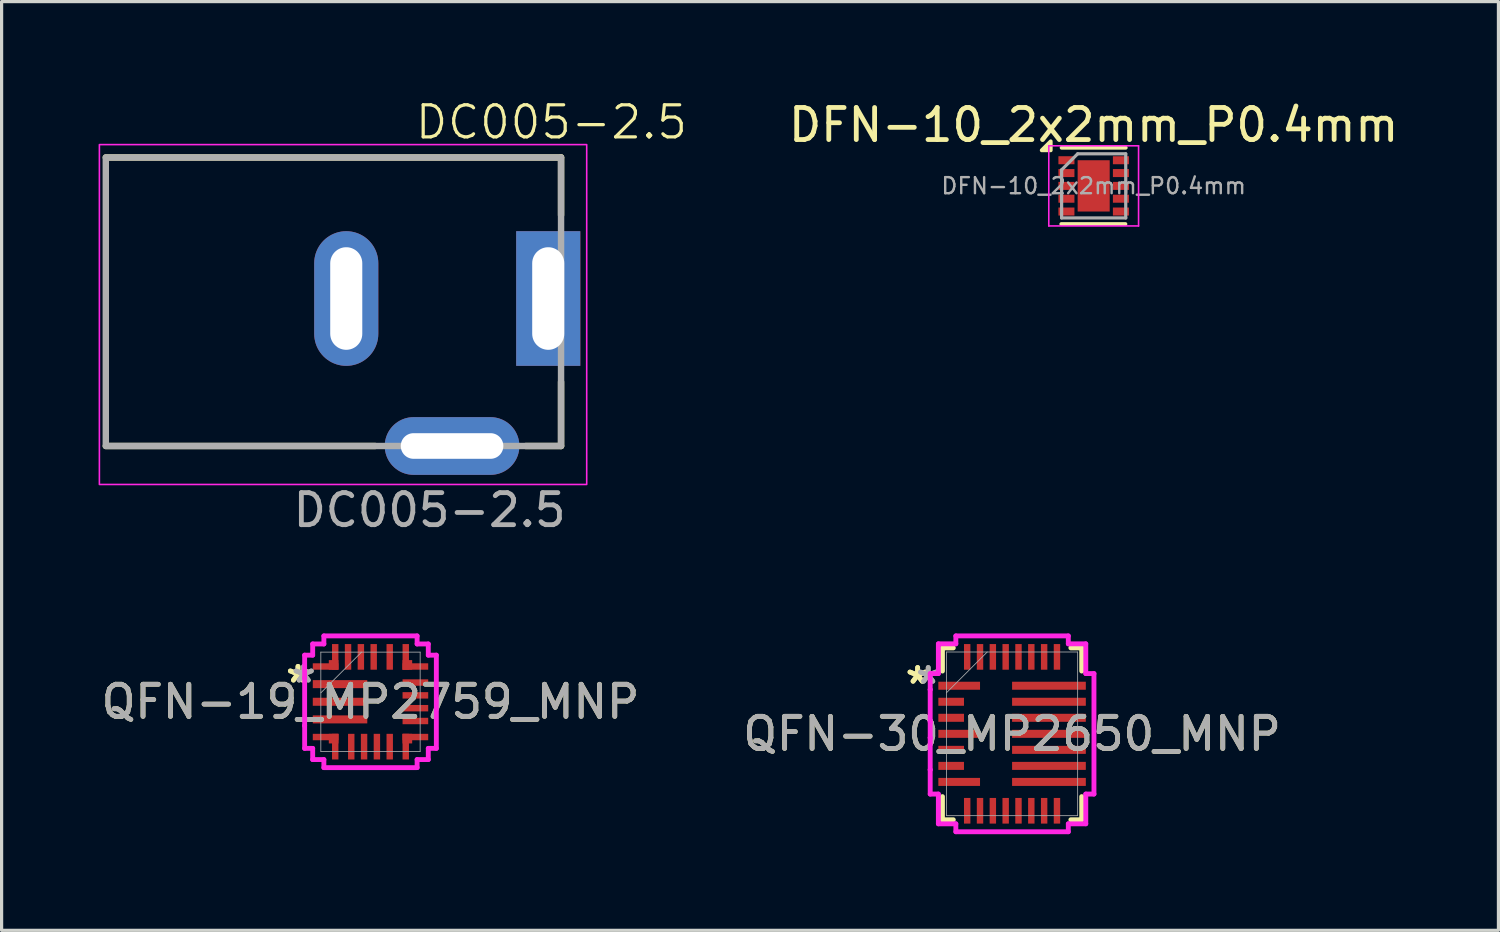
<source format=kicad_pcb>
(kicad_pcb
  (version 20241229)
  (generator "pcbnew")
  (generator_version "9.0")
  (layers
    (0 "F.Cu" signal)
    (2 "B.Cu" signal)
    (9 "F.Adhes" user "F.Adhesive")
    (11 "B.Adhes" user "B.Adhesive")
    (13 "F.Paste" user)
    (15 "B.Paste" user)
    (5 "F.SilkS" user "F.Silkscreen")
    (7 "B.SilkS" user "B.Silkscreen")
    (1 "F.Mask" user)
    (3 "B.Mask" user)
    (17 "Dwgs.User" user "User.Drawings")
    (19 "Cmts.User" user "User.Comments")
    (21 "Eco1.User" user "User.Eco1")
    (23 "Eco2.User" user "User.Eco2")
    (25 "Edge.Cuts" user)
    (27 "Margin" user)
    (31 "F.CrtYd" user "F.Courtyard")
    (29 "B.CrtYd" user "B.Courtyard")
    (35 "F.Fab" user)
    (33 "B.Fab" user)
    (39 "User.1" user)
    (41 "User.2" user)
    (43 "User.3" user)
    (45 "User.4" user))
  (footprint "DFN-10_2x2mm_P0.4mm"
    (layer "F.Cu")
    (at 31.063 2.748)
    (property "Reference" "DFN-10_2x2mm_P0.4mm" (at 0 -1.9 0) (layer "F.SilkS") (effects (font (size 1 1) (thickness 0.15))))
    (attr smd)
    (fp_line (start 0.99 1.19) (end -1.01 1.19) (stroke (width 0.12) (type solid)) (layer "F.SilkS"))
    (fp_line (start 1 -1.19) (end -1 -1.19) (stroke (width 0.12) (type solid)) (layer "F.SilkS"))
    (fp_poly (pts (xy -1.34 -1.11) (xy -1.62 -1.11) (xy -1.34 -1.39) (xy -1.34 -1.11)) (stroke (width 0.12) (type solid)) (fill yes) (layer "F.SilkS"))
    (fp_line (start -1.4 1.25) (end -1.4 -1.25) (stroke (width 0.05) (type solid)) (layer "F.CrtYd"))
    (fp_line (start -1.4 1.25) (end 1.4 1.25) (stroke (width 0.05) (type solid)) (layer "F.CrtYd"))
    (fp_line (start 1.4 -1.25) (end -1.4 -1.25) (stroke (width 0.05) (type solid)) (layer "F.CrtYd"))
    (fp_line (start 1.4 -1.25) (end 1.4 1.25) (stroke (width 0.05) (type solid)) (layer "F.CrtYd"))
    (fp_line (start -1 -0.5) (end -1 1) (stroke (width 0.1) (type solid)) (layer "F.Fab"))
    (fp_line (start -0.5 -1) (end -1 -0.5) (stroke (width 0.1) (type solid)) (layer "F.Fab"))
    (fp_line (start 1 -1) (end -0.5 -1) (stroke (width 0.1) (type solid)) (layer "F.Fab"))
    (fp_line (start 1 1) (end -1 1) (stroke (width 0.1) (type solid)) (layer "F.Fab"))
    (fp_line (start 1 1) (end 1 -1) (stroke (width 0.1) (type solid)) (layer "F.Fab"))
    (fp_text user "${REFERENCE}" (at 0 0 0) (layer "F.Fab") (effects (font (size 0.5 0.5) (thickness 0.075))))
    (pad "1" smd rect (at -0.85 -0.8) (size 0.5 0.25) (layers "F.Cu" "F.Mask" "F.Paste"))
    (pad "2" smd rect (at -0.85 -0.4) (size 0.5 0.25) (layers "F.Cu" "F.Mask" "F.Paste"))
    (pad "3" smd rect (at -0.85 0) (size 0.5 0.25) (layers "F.Cu" "F.Mask" "F.Paste"))
    (pad "4" smd rect (at -0.85 0.4) (size 0.5 0.25) (layers "F.Cu" "F.Mask" "F.Paste"))
    (pad "5" smd rect (at -0.85 0.8) (size 0.5 0.25) (layers "F.Cu" "F.Mask" "F.Paste"))
    (pad "6" smd rect (at 0.85 0.8) (size 0.5 0.25) (layers "F.Cu" "F.Mask" "F.Paste"))
    (pad "7" smd rect (at 0.85 0.4) (size 0.5 0.25) (layers "F.Cu" "F.Mask" "F.Paste"))
    (pad "8" smd rect (at 0.85 0) (size 0.5 0.25) (layers "F.Cu" "F.Mask" "F.Paste"))
    (pad "9" smd rect (at 0.85 -0.4) (size 0.5 0.25) (layers "F.Cu" "F.Mask" "F.Paste"))
    (pad "10" smd rect (at 0.85 -0.8) (size 0.5 0.25) (layers "F.Cu" "F.Mask" "F.Paste"))
    (pad "11" smd rect (at 0 0) (size 1 1.6) (layers "F.Cu" "F.Mask" "F.Paste")))
  (footprint "QFN-30_MP2650_MNP"
    (layer "F.Cu")
    (at 28.518 19.839)
    (property "Reference" "QFN-30_MP2650_MNP" (at 0 0 0) (unlocked yes) (layer "F.SilkS") (effects (font (size 1 1) (thickness 0.15))))
    (attr smd)
    (fp_line (start -2.172 -2.68) (end -2.172 -1.958) (stroke (width 0.152) (type solid)) (layer "F.SilkS"))
    (fp_line (start -2.172 1.958) (end -2.172 2.68) (stroke (width 0.152) (type solid)) (layer "F.SilkS"))
    (fp_line (start -2.172 2.68) (end -1.833 2.68) (stroke (width 0.152) (type solid)) (layer "F.SilkS"))
    (fp_line (start -1.833 -2.68) (end -2.172 -2.68) (stroke (width 0.152) (type solid)) (layer "F.SilkS"))
    (fp_line (start 1.833 2.68) (end 2.172 2.68) (stroke (width 0.152) (type solid)) (layer "F.SilkS"))
    (fp_line (start 2.172 -2.68) (end 1.833 -2.68) (stroke (width 0.152) (type solid)) (layer "F.SilkS"))
    (fp_line (start 2.172 -1.958) (end 2.172 -2.68) (stroke (width 0.152) (type solid)) (layer "F.SilkS"))
    (fp_line (start 2.172 2.68) (end 2.172 1.958) (stroke (width 0.152) (type solid)) (layer "F.SilkS"))
    (fp_line (start -2.554 -1.879) (end -2.554 -1.379) (stroke (width 0.152) (type solid)) (layer "F.CrtYd"))
    (fp_line (start -2.554 -1.379) (end -2.554 -1.379) (stroke (width 0.152) (type solid)) (layer "F.CrtYd"))
    (fp_line (start -2.554 -1.379) (end -2.554 -0.379) (stroke (width 0.152) (type solid)) (layer "F.CrtYd"))
    (fp_line (start -2.554 -0.379) (end -2.554 -0.379) (stroke (width 0.152) (type solid)) (layer "F.CrtYd"))
    (fp_line (start -2.554 -0.379) (end -2.554 0.121) (stroke (width 0.152) (type solid)) (layer "F.CrtYd"))
    (fp_line (start -2.554 0.121) (end -2.554 0.121) (stroke (width 0.152) (type solid)) (layer "F.CrtYd"))
    (fp_line (start -2.554 0.121) (end -2.554 1.121) (stroke (width 0.152) (type solid)) (layer "F.CrtYd"))
    (fp_line (start -2.554 1.121) (end -2.554 1.121) (stroke (width 0.152) (type solid)) (layer "F.CrtYd"))
    (fp_line (start -2.554 1.121) (end -2.554 1.879) (stroke (width 0.152) (type solid)) (layer "F.CrtYd"))
    (fp_line (start -2.554 1.879) (end -2.299 1.879) (stroke (width 0.152) (type solid)) (layer "F.CrtYd"))
    (fp_line (start -2.299 -2.807) (end -2.299 -1.879) (stroke (width 0.152) (type solid)) (layer "F.CrtYd"))
    (fp_line (start -2.299 -1.879) (end -2.554 -1.879) (stroke (width 0.152) (type solid)) (layer "F.CrtYd"))
    (fp_line (start -2.299 1.879) (end -2.299 2.807) (stroke (width 0.152) (type solid)) (layer "F.CrtYd"))
    (fp_line (start -2.299 2.807) (end -1.754 2.807) (stroke (width 0.152) (type solid)) (layer "F.CrtYd"))
    (fp_line (start -1.754 -3.054) (end -1.754 -2.807) (stroke (width 0.152) (type solid)) (layer "F.CrtYd"))
    (fp_line (start -1.754 -2.807) (end -2.299 -2.807) (stroke (width 0.152) (type solid)) (layer "F.CrtYd"))
    (fp_line (start -1.754 2.807) (end -1.754 3.054) (stroke (width 0.152) (type solid)) (layer "F.CrtYd"))
    (fp_line (start -1.754 3.054) (end 1.754 3.054) (stroke (width 0.152) (type solid)) (layer "F.CrtYd"))
    (fp_line (start 1.754 -3.054) (end -1.754 -3.054) (stroke (width 0.152) (type solid)) (layer "F.CrtYd"))
    (fp_line (start 1.754 -2.807) (end 1.754 -3.054) (stroke (width 0.152) (type solid)) (layer "F.CrtYd"))
    (fp_line (start 1.754 2.807) (end 2.299 2.807) (stroke (width 0.152) (type solid)) (layer "F.CrtYd"))
    (fp_line (start 1.754 3.054) (end 1.754 2.807) (stroke (width 0.152) (type solid)) (layer "F.CrtYd"))
    (fp_line (start 2.299 -2.807) (end 1.754 -2.807) (stroke (width 0.152) (type solid)) (layer "F.CrtYd"))
    (fp_line (start 2.299 -1.879) (end 2.299 -2.807) (stroke (width 0.152) (type solid)) (layer "F.CrtYd"))
    (fp_line (start 2.299 1.879) (end 2.554 1.879) (stroke (width 0.152) (type solid)) (layer "F.CrtYd"))
    (fp_line (start 2.299 2.807) (end 2.299 1.879) (stroke (width 0.152) (type solid)) (layer "F.CrtYd"))
    (fp_line (start 2.554 -1.879) (end 2.299 -1.879) (stroke (width 0.152) (type solid)) (layer "F.CrtYd"))
    (fp_line (start 2.554 1.879) (end 2.554 -1.879) (stroke (width 0.152) (type solid)) (layer "F.CrtYd"))
    (fp_line (start -2.045 -2.553) (end -2.045 2.553) (stroke (width 0.025) (type solid)) (layer "F.Fab"))
    (fp_line (start -2.045 -1.283) (end -0.775 -2.553) (stroke (width 0.025) (type solid)) (layer "F.Fab"))
    (fp_line (start -2.045 2.553) (end 2.045 2.553) (stroke (width 0.025) (type solid)) (layer "F.Fab"))
    (fp_line (start 2.045 -2.553) (end -2.045 -2.553) (stroke (width 0.025) (type solid)) (layer "F.Fab"))
    (fp_line (start 2.045 2.553) (end 2.045 -2.553) (stroke (width 0.025) (type solid)) (layer "F.Fab"))
    (fp_text user "*" (at -2.946 -1.524 0) (unlocked yes) (layer "F.SilkS") (effects (font (size 1 1) (thickness 0.15))))
    (fp_text user "*" (at -2.946 -1.524 0) (layer "F.SilkS") (effects (font (size 1 1) (thickness 0.15))))
    (fp_text user "*" (at -2.616 -1.524 0) (unlocked yes) (layer "F.Fab") (effects (font (size 1 1) (thickness 0.15))))
    (fp_text user "*" (at -2.616 -1.524 0) (layer "F.Fab") (effects (font (size 1 1) (thickness 0.15))))
    (fp_text user "${REFERENCE}" (at 0 0 0) (unlocked yes) (layer "F.Fab") (effects (font (size 1 1) (thickness 0.15))))
    (pad "1" smd rect (at -1.65 -1.5) (size 1.3 0.25) (layers "F.Cu" "F.Mask" "F.Paste"))
    (pad "2" smd rect (at -1.9 -1) (size 0.8 0.25) (layers "F.Cu" "F.Mask"))
    (pad "3" smd rect (at -1.9 -0.5) (size 0.8 0.25) (layers "F.Cu" "F.Mask"))
    (pad "4" smd rect (at -1.65 0) (size 1.3 0.25) (layers "F.Cu" "F.Mask" "F.Paste"))
    (pad "5" smd rect (at -1.9 0.5) (size 0.8 0.25) (layers "F.Cu" "F.Mask"))
    (pad "6" smd rect (at -1.9 1) (size 0.8 0.25) (layers "F.Cu" "F.Mask"))
    (pad "7" smd rect (at -1.65 1.5) (size 1.3 0.25) (layers "F.Cu" "F.Mask" "F.Paste"))
    (pad "8" smd rect (at -1.4 2.4 90) (size 0.8 0.2) (layers "F.Cu" "F.Mask" "F.Paste"))
    (pad "9" smd rect (at -1 2.4 90) (size 0.8 0.2) (layers "F.Cu" "F.Mask" "F.Paste"))
    (pad "10" smd rect (at -0.6 2.4 90) (size 0.8 0.2) (layers "F.Cu" "F.Mask" "F.Paste"))
    (pad "11" smd rect (at -0.2 2.4 90) (size 0.8 0.2) (layers "F.Cu" "F.Mask" "F.Paste"))
    (pad "12" smd rect (at 0.2 2.4 90) (size 0.8 0.2) (layers "F.Cu" "F.Mask" "F.Paste"))
    (pad "13" smd rect (at 0.6 2.4 90) (size 0.8 0.2) (layers "F.Cu" "F.Mask" "F.Paste"))
    (pad "14" smd rect (at 1 2.4 90) (size 0.8 0.2) (layers "F.Cu" "F.Mask" "F.Paste"))
    (pad "15" smd rect (at 1.4 2.4 90) (size 0.8 0.2) (layers "F.Cu" "F.Mask" "F.Paste"))
    (pad "16" smd rect (at 1.15 1.5) (size 2.3 0.25) (layers "F.Cu" "F.Mask" "F.Paste"))
    (pad "17" smd rect (at 1.15 1) (size 2.3 0.25) (layers "F.Cu" "F.Mask" "F.Paste"))
    (pad "18" smd rect (at 1.15 0.5) (size 2.3 0.25) (layers "F.Cu" "F.Mask" "F.Paste"))
    (pad "19" smd rect (at 1.15 0) (size 2.3 0.25) (layers "F.Cu" "F.Mask" "F.Paste"))
    (pad "20" smd rect (at 1.15 -0.5) (size 2.3 0.25) (layers "F.Cu" "F.Mask" "F.Paste"))
    (pad "21" smd rect (at 1.15 -1) (size 2.3 0.25) (layers "F.Cu" "F.Mask" "F.Paste"))
    (pad "22" smd rect (at 1.15 -1.5) (size 2.3 0.25) (layers "F.Cu" "F.Mask" "F.Paste"))
    (pad "23" smd rect (at 1.4 -2.4 90) (size 0.8 0.2) (layers "F.Cu" "F.Mask" "F.Paste"))
    (pad "24" smd rect (at 1 -2.4 90) (size 0.8 0.2) (layers "F.Cu" "F.Mask" "F.Paste"))
    (pad "25" smd rect (at 0.6 -2.4 90) (size 0.8 0.2) (layers "F.Cu" "F.Mask" "F.Paste"))
    (pad "26" smd rect (at 0.2 -2.4 90) (size 0.8 0.2) (layers "F.Cu" "F.Mask" "F.Paste"))
    (pad "27" smd rect (at -0.2 -2.4 90) (size 0.8 0.2) (layers "F.Cu" "F.Mask" "F.Paste"))
    (pad "28" smd rect (at -0.6 -2.4 90) (size 0.8 0.2) (layers "F.Cu" "F.Mask" "F.Paste"))
    (pad "29" smd rect (at -1 -2.4 90) (size 0.8 0.2) (layers "F.Cu" "F.Mask" "F.Paste"))
    (pad "30" smd rect (at -1.4 -2.4 90) (size 0.8 0.2) (layers "F.Cu" "F.Mask" "F.Paste")))
  (footprint "DC005-2.5"
    (layer "F.Cu")
    (at 0.25 6.261)
    (property "Reference" "DC005-2.5" (at 13.9 -5.5 0) (unlocked yes) (layer "F.SilkS") (effects (font (size 1 1) (thickness 0.1))))
    (attr through_hole)
    (fp_line (start 0 -4.4) (end 14.2 -4.4) (stroke (width 0.2) (type default)) (layer "F.SilkS"))
    (fp_line (start 8.4 4.6) (end 0 4.6) (stroke (width 0.2) (type default)) (layer "F.SilkS"))
    (fp_line (start 14.2 -4.4) (end 14.2 -2.6) (stroke (width 0.2) (type default)) (layer "F.SilkS"))
    (fp_line (start 14.2 2.6) (end 14.2 4.6) (stroke (width 0.2) (type default)) (layer "F.SilkS"))
    (fp_line (start 14.2 4.6) (end 13.1 4.6) (stroke (width 0.2) (type default)) (layer "F.SilkS"))
    (fp_rect (start -0.2 -4.8) (end 15 5.8) (stroke (width 0.05) (type default)) (fill no) (layer "F.CrtYd"))
    (fp_rect (start 0 -4.4) (end 14.2 4.6) (stroke (width 0.2) (type default)) (fill no) (layer "F.Fab"))
    (fp_text user "${REFERENCE}" (at 10.1 6.6 0) (unlocked yes) (layer "F.Fab") (effects (font (size 1 1) (thickness 0.15))))
    (pad "1" thru_hole rect (at 13.8 0 90) (size 4.2 2) (drill oval 3.2 1) (layers "*.Cu" "*.Mask"))
    (pad "2" thru_hole oval (at 7.5 0 90) (size 4.2 2) (drill oval 3.2 1) (layers "*.Cu" "*.Mask"))
    (pad "3" thru_hole oval (at 10.8 4.6) (size 4.2 1.8) (drill oval 3.2 0.8) (layers "*.Cu" "*.Mask")))
  (footprint "QFN-19_MP2759_MNP"
    (layer "F.Cu")
    (at 8.506 18.839)
    (property "Reference" "QFN-19_MP2759_MNP" (at 0 0 0) (unlocked yes) (layer "F.SilkS") (effects (font (size 1 1) (thickness 0.15))))
    (attr smd)
    (fp_line (start -2.054 -1.454) (end -2.054 -0.746) (stroke (width 0.152) (type solid)) (layer "F.CrtYd"))
    (fp_line (start -2.054 -0.746) (end -2.054 -0.746) (stroke (width 0.152) (type solid)) (layer "F.CrtYd"))
    (fp_line (start -2.054 0.746) (end -2.054 1.454) (stroke (width 0.152) (type solid)) (layer "F.CrtYd"))
    (fp_line (start -2.054 1.454) (end -1.803 1.454) (stroke (width 0.152) (type solid)) (layer "F.CrtYd"))
    (fp_line (start -2.054 -0.746) (end -2.054 0.746) (stroke (width 0.152) (type solid)) (layer "F.CrtYd"))
    (fp_line (start -2.054 0.746) (end -2.054 0.746) (stroke (width 0.152) (type solid)) (layer "F.CrtYd"))
    (fp_line (start -1.803 -1.803) (end -1.803 -1.454) (stroke (width 0.152) (type solid)) (layer "F.CrtYd"))
    (fp_line (start -1.803 -1.454) (end -2.054 -1.454) (stroke (width 0.152) (type solid)) (layer "F.CrtYd"))
    (fp_line (start -1.803 1.454) (end -1.803 1.803) (stroke (width 0.152) (type solid)) (layer "F.CrtYd"))
    (fp_line (start -1.803 1.803) (end -1.454 1.803) (stroke (width 0.152) (type solid)) (layer "F.CrtYd"))
    (fp_line (start -1.454 -2.054) (end -1.454 -1.803) (stroke (width 0.152) (type solid)) (layer "F.CrtYd"))
    (fp_line (start -1.454 -1.803) (end -1.803 -1.803) (stroke (width 0.152) (type solid)) (layer "F.CrtYd"))
    (fp_line (start -1.454 1.803) (end -1.454 2.054) (stroke (width 0.152) (type solid)) (layer "F.CrtYd"))
    (fp_line (start -1.454 2.054) (end 1.454 2.054) (stroke (width 0.152) (type solid)) (layer "F.CrtYd"))
    (fp_line (start 1.454 -2.054) (end -1.454 -2.054) (stroke (width 0.152) (type solid)) (layer "F.CrtYd"))
    (fp_line (start 1.454 -1.803) (end 1.454 -2.054) (stroke (width 0.152) (type solid)) (layer "F.CrtYd"))
    (fp_line (start 1.454 1.803) (end 1.803 1.803) (stroke (width 0.152) (type solid)) (layer "F.CrtYd"))
    (fp_line (start 1.454 2.054) (end 1.454 1.803) (stroke (width 0.152) (type solid)) (layer "F.CrtYd"))
    (fp_line (start 1.803 -1.803) (end 1.454 -1.803) (stroke (width 0.152) (type solid)) (layer "F.CrtYd"))
    (fp_line (start 1.803 -1.454) (end 1.803 -1.803) (stroke (width 0.152) (type solid)) (layer "F.CrtYd"))
    (fp_line (start 1.803 1.454) (end 2.054 1.454) (stroke (width 0.152) (type solid)) (layer "F.CrtYd"))
    (fp_line (start 1.803 1.803) (end 1.803 1.454) (stroke (width 0.152) (type solid)) (layer "F.CrtYd"))
    (fp_line (start 2.054 -1.454) (end 1.803 -1.454) (stroke (width 0.152) (type solid)) (layer "F.CrtYd"))
    (fp_line (start 2.054 1.454) (end 2.054 -1.454) (stroke (width 0.152) (type solid)) (layer "F.CrtYd"))
    (fp_line (start -1.549 -1.549) (end -1.549 1.549) (stroke (width 0.025) (type solid)) (layer "F.Fab"))
    (fp_line (start -1.549 -0.279) (end -0.279 -1.549) (stroke (width 0.025) (type solid)) (layer "F.Fab"))
    (fp_line (start -1.549 1.549) (end 1.549 1.549) (stroke (width 0.025) (type solid)) (layer "F.Fab"))
    (fp_line (start 1.549 -1.549) (end -1.549 -1.549) (stroke (width 0.025) (type solid)) (layer "F.Fab"))
    (fp_line (start 1.549 1.549) (end 1.549 -1.549) (stroke (width 0.025) (type solid)) (layer "F.Fab"))
    (fp_text user "*" (at -2.261 -0.559 0) (unlocked yes) (layer "F.SilkS") (effects (font (size 1 1) (thickness 0.15))))
    (fp_text user "*" (at -2.261 -0.559 0) (layer "F.SilkS") (effects (font (size 1 1) (thickness 0.15))))
    (fp_text user "*" (at -2.083 -0.559 0) (unlocked yes) (layer "F.Fab") (effects (font (size 1 1) (thickness 0.15))))
    (fp_text user "*" (at -2.083 -0.559 0) (layer "F.Fab") (effects (font (size 1 1) (thickness 0.15))))
    (fp_text user "${REFERENCE}" (at 0 0 0) (unlocked yes) (layer "F.Fab") (effects (font (size 1 1) (thickness 0.15))))
    (pad "1" smd rect (at -0.95 -0.55) (size 1.7 0.25) (layers "F.Cu" "F.Mask" "F.Paste"))
    (pad "2" smd rect (at -0.95 0) (size 1.7 0.25) (layers "F.Cu" "F.Mask" "F.Paste"))
    (pad "3" smd rect (at -0.95 0.55) (size 1.7 0.25) (layers "F.Cu" "F.Mask" "F.Paste"))
    (pad "4" smd rect (at -1.4 1.1 90) (size 0.2 0.8) (layers "F.Cu" "F.Mask" "F.Paste"))
    (pad "4" smd rect (at -1.15 1.15 90) (size 0.3 0.3) (layers "F.Cu" "F.Mask" "F.Paste"))
    (pad "4" smd rect (at -1.1 1.4 180) (size 0.2 0.8) (layers "F.Cu" "F.Mask" "F.Paste"))
    (pad "5" smd rect (at -0.6 1.4 90) (size 0.8 0.2) (layers "F.Cu" "F.Mask" "F.Paste"))
    (pad "6" smd rect (at -0.2 1.4 90) (size 0.8 0.2) (layers "F.Cu" "F.Mask" "F.Paste"))
    (pad "7" smd rect (at 0.2 1.4 90) (size 0.8 0.2) (layers "F.Cu" "F.Mask" "F.Paste"))
    (pad "8" smd rect (at 0.6 1.4 90) (size 0.8 0.2) (layers "F.Cu" "F.Mask" "F.Paste"))
    (pad "9" smd rect (at 1.1 1.4 180) (size 0.2 0.8) (layers "F.Cu" "F.Mask" "F.Paste"))
    (pad "9" smd rect (at 1.15 1.15 90) (size 0.3 0.3) (layers "F.Cu" "F.Mask" "F.Paste"))
    (pad "9" smd rect (at 1.4 1.1 90) (size 0.2 0.8) (layers "F.Cu" "F.Mask" "F.Paste"))
    (pad "10" smd rect (at 1.4 0.6) (size 0.8 0.2) (layers "F.Cu" "F.Mask" "F.Paste"))
    (pad "11" smd rect (at 1.4 0.2) (size 0.8 0.2) (layers "F.Cu" "F.Mask" "F.Paste"))
    (pad "12" smd rect (at 1.4 -0.2) (size 0.8 0.2) (layers "F.Cu" "F.Mask" "F.Paste"))
    (pad "13" smd rect (at 1.4 -0.6) (size 0.8 0.2) (layers "F.Cu" "F.Mask" "F.Paste"))
    (pad "14" smd rect (at 1.1 -1.4 180) (size 0.2 0.8) (layers "F.Cu" "F.Mask" "F.Paste"))
    (pad "14" smd rect (at 1.15 -1.15 90) (size 0.3 0.3) (layers "F.Cu" "F.Mask" "F.Paste"))
    (pad "14" smd rect (at 1.4 -1.1 90) (size 0.2 0.8) (layers "F.Cu" "F.Mask" "F.Paste"))
    (pad "15" smd rect (at 0.6 -1.4 90) (size 0.8 0.2) (layers "F.Cu" "F.Mask" "F.Paste"))
    (pad "16" smd rect (at 0.1 -1.4 90) (size 0.8 0.2) (layers "F.Cu" "F.Mask" "F.Paste"))
    (pad "17" smd rect (at -0.3 -1.4 90) (size 0.8 0.2) (layers "F.Cu" "F.Mask" "F.Paste"))
    (pad "18" smd rect (at -0.7 -1.4 90) (size 0.8 0.2) (layers "F.Cu" "F.Mask" "F.Paste"))
    (pad "19" smd rect (at -1.4 -1.1 90) (size 0.2 0.8) (layers "F.Cu" "F.Mask" "F.Paste"))
    (pad "19" smd rect (at -1.15 -1.15 90) (size 0.3 0.3) (layers "F.Cu" "F.Mask" "F.Paste"))
    (pad "19" smd rect (at -1.1 -1.4 180) (size 0.2 0.8) (layers "F.Cu" "F.Mask" "F.Paste")))
  (gr_rect
    (start -3 -3)
    (end 43.688 25.969)
    (stroke (width 0.1) (type default))
    (fill no)
    (layer "Edge.Cuts")))
</source>
